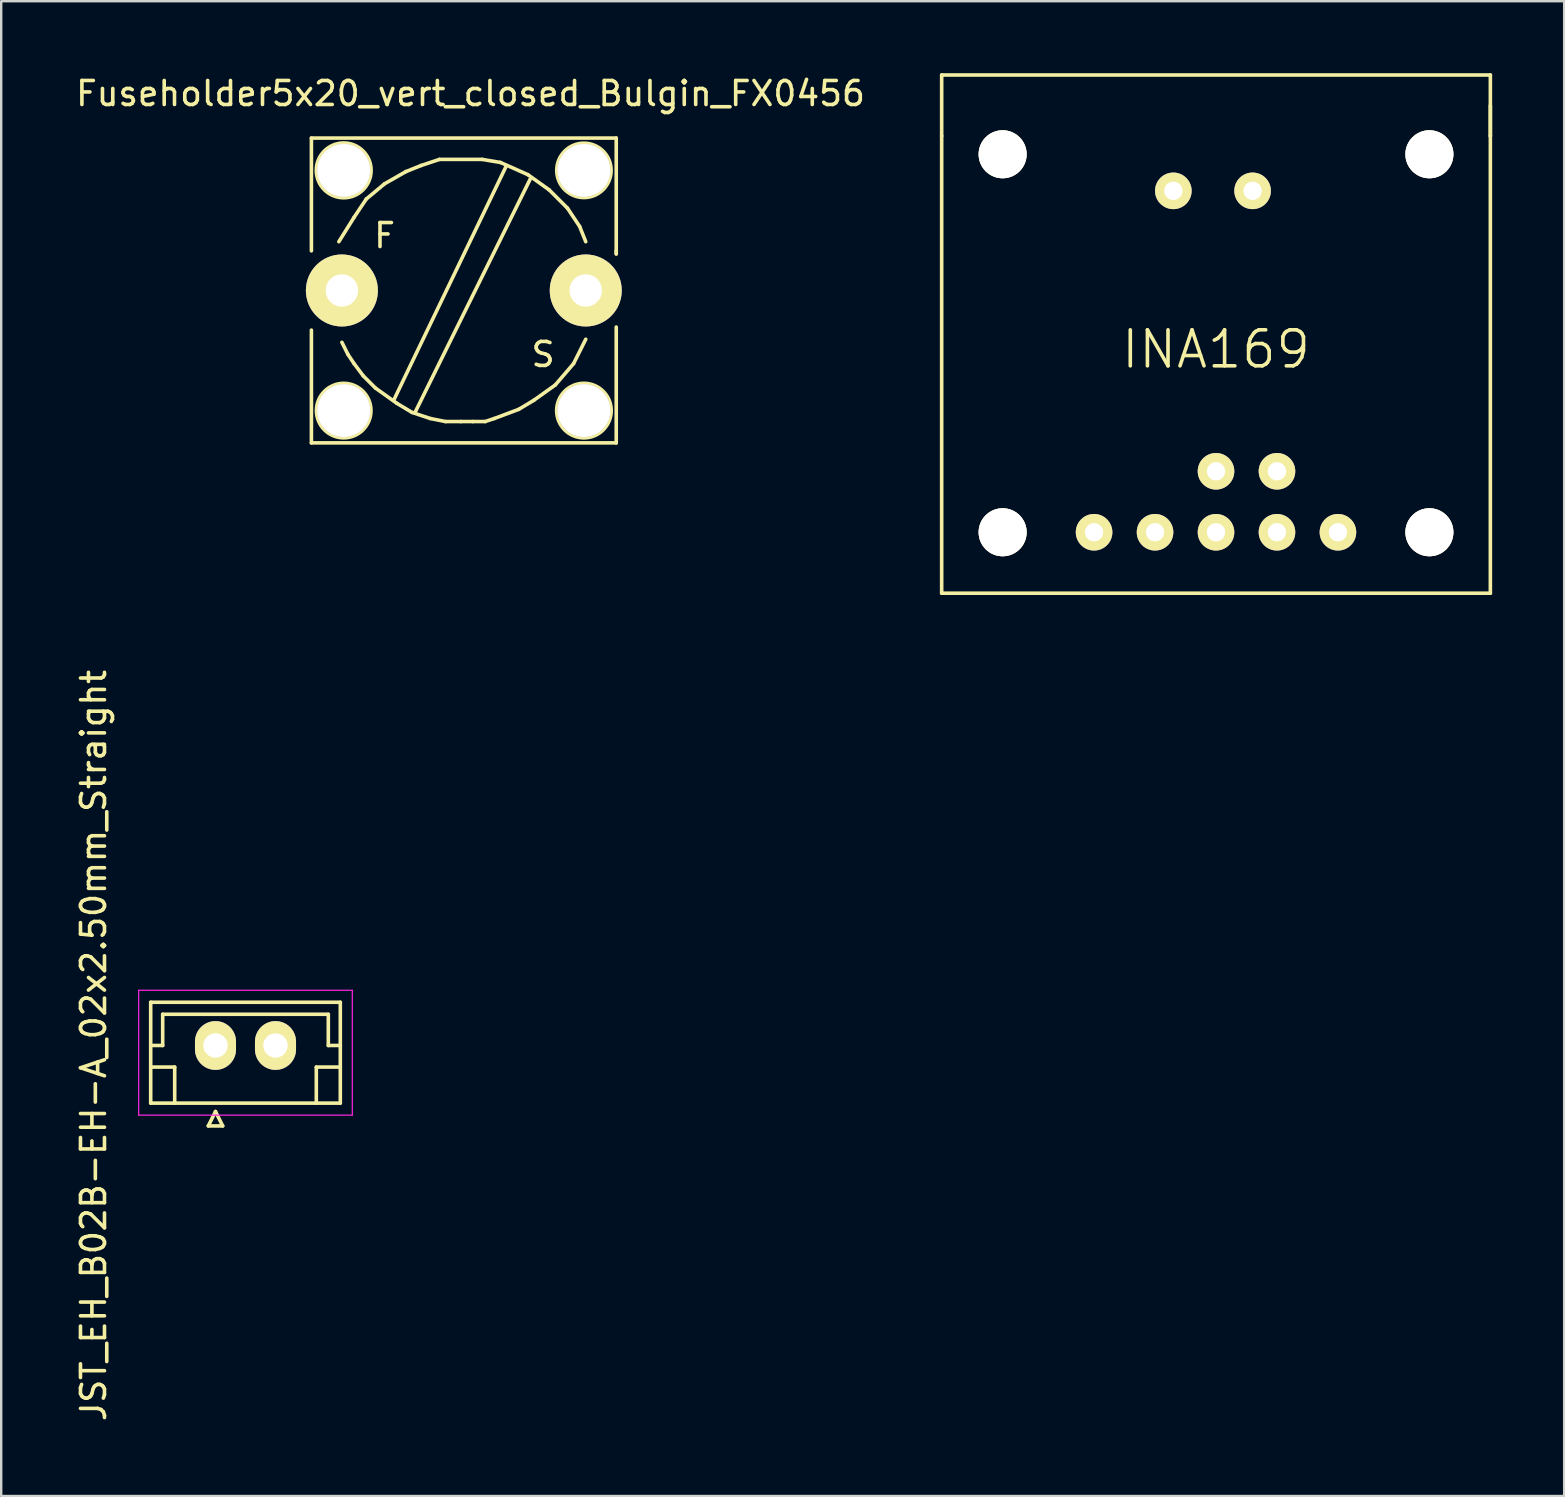
<source format=kicad_pcb>
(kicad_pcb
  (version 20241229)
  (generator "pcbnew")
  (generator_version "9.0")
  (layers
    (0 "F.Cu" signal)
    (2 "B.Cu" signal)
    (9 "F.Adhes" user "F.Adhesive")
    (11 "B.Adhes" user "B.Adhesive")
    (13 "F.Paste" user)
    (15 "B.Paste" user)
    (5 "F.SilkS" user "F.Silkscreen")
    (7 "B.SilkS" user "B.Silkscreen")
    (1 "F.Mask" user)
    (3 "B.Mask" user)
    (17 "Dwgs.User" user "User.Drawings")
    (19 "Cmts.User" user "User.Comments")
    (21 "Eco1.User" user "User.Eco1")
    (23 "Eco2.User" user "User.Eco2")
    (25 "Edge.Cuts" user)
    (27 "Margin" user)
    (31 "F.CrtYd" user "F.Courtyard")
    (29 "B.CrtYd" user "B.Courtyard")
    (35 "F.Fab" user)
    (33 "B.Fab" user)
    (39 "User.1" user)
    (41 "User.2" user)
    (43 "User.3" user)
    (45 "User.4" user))
  (footprint "Fuseholder5x20_vert_closed_Bulgin_FX0456"
    (layer "F.Cu")
    (at 16.274 9.052)
    (property "Reference" "Fuseholder5x20_vert_closed_Bulgin_FX0456" (at 0.279 -8.204 0) (layer "F.SilkS") (effects (font (size 1 1) (thickness 0.15))))
    (attr through_hole)
    (fp_line (start -6.35 -6.35) (end -6.35 -1.651) (stroke (width 0.15) (type solid)) (layer "F.SilkS"))
    (fp_line (start -6.35 6.35) (end -6.35 1.651) (stroke (width 0.15) (type solid)) (layer "F.SilkS"))
    (fp_line (start -6.35 6.35) (end 6.35 6.35) (stroke (width 0.15) (type solid)) (layer "F.SilkS"))
    (fp_line (start -5.08 2.159) (end -4.826 2.667) (stroke (width 0.15) (type solid)) (layer "F.SilkS"))
    (fp_line (start -4.826 2.667) (end -4.572 3.048) (stroke (width 0.15) (type solid)) (layer "F.SilkS"))
    (fp_line (start -4.572 -3.048) (end -5.207 -2.032) (stroke (width 0.15) (type solid)) (layer "F.SilkS"))
    (fp_line (start -4.572 3.048) (end -4.191 3.556) (stroke (width 0.15) (type solid)) (layer "F.SilkS"))
    (fp_line (start -4.191 3.556) (end -3.683 4.064) (stroke (width 0.15) (type solid)) (layer "F.SilkS"))
    (fp_line (start -4.064 -3.81) (end -4.572 -3.048) (stroke (width 0.15) (type solid)) (layer "F.SilkS"))
    (fp_line (start -3.683 4.064) (end -2.794 4.699) (stroke (width 0.15) (type solid)) (layer "F.SilkS"))
    (fp_line (start -3.302 -4.445) (end -4.064 -3.81) (stroke (width 0.15) (type solid)) (layer "F.SilkS"))
    (fp_line (start -2.794 4.699) (end -2.159 5.08) (stroke (width 0.15) (type solid)) (layer "F.SilkS"))
    (fp_line (start -2.413 -4.953) (end -3.302 -4.445) (stroke (width 0.15) (type solid)) (layer "F.SilkS"))
    (fp_line (start -2.159 5.08) (end -1.397 5.334) (stroke (width 0.15) (type solid)) (layer "F.SilkS"))
    (fp_line (start -1.778 -5.207) (end -2.413 -4.953) (stroke (width 0.15) (type solid)) (layer "F.SilkS"))
    (fp_line (start -1.397 5.334) (end -0.762 5.461) (stroke (width 0.15) (type solid)) (layer "F.SilkS"))
    (fp_line (start -1.016 -5.461) (end -1.778 -5.207) (stroke (width 0.15) (type solid)) (layer "F.SilkS"))
    (fp_line (start -0.762 5.461) (end -0.127 5.461) (stroke (width 0.15) (type solid)) (layer "F.SilkS"))
    (fp_line (start -0.127 5.461) (end 0.381 5.461) (stroke (width 0.15) (type solid)) (layer "F.SilkS"))
    (fp_line (start 0.381 5.461) (end 0.889 5.461) (stroke (width 0.15) (type solid)) (layer "F.SilkS"))
    (fp_line (start 0.762 -5.461) (end -1.016 -5.461) (stroke (width 0.15) (type solid)) (layer "F.SilkS"))
    (fp_line (start 0.889 5.461) (end 1.27 5.334) (stroke (width 0.15) (type solid)) (layer "F.SilkS"))
    (fp_line (start 1.27 5.334) (end 2.286 4.953) (stroke (width 0.15) (type solid)) (layer "F.SilkS"))
    (fp_line (start 1.524 -5.334) (end 0.762 -5.461) (stroke (width 0.15) (type solid)) (layer "F.SilkS"))
    (fp_line (start 1.778 -5.207) (end -2.921 4.572) (stroke (width 0.15) (type solid)) (layer "F.SilkS"))
    (fp_line (start 2.286 4.953) (end 2.921 4.572) (stroke (width 0.15) (type solid)) (layer "F.SilkS"))
    (fp_line (start 2.667 -4.826) (end 1.524 -5.334) (stroke (width 0.15) (type solid)) (layer "F.SilkS"))
    (fp_line (start 2.794 -4.699) (end -2.032 5.08) (stroke (width 0.15) (type solid)) (layer "F.SilkS"))
    (fp_line (start 2.921 4.572) (end 3.81 3.937) (stroke (width 0.15) (type solid)) (layer "F.SilkS"))
    (fp_line (start 3.556 -4.191) (end 2.667 -4.826) (stroke (width 0.15) (type solid)) (layer "F.SilkS"))
    (fp_line (start 3.81 3.937) (end 4.572 3.048) (stroke (width 0.15) (type solid)) (layer "F.SilkS"))
    (fp_line (start 4.318 -3.429) (end 3.556 -4.191) (stroke (width 0.15) (type solid)) (layer "F.SilkS"))
    (fp_line (start 4.572 3.048) (end 5.08 2.032) (stroke (width 0.15) (type solid)) (layer "F.SilkS"))
    (fp_line (start 4.826 -2.667) (end 4.318 -3.429) (stroke (width 0.15) (type solid)) (layer "F.SilkS"))
    (fp_line (start 5.08 -2.032) (end 4.826 -2.667) (stroke (width 0.15) (type solid)) (layer "F.SilkS"))
    (fp_line (start 6.35 -6.35) (end -6.35 -6.35) (stroke (width 0.15) (type solid)) (layer "F.SilkS"))
    (fp_line (start 6.35 -6.35) (end 6.35 -1.524) (stroke (width 0.15) (type solid)) (layer "F.SilkS"))
    (fp_line (start 6.35 -1.524) (end 6.35 -1.651) (stroke (width 0.15) (type solid)) (layer "F.SilkS"))
    (fp_line (start 6.35 6.35) (end 6.35 1.524) (stroke (width 0.15) (type solid)) (layer "F.SilkS"))
    (fp_circle (center -5.004 -5.004) (end -4.597 -3.937) (stroke (width 0.15) (type solid)) (fill no) (layer "F.SilkS"))
    (fp_circle (center -5.004 5.004) (end -4.496 6.02) (stroke (width 0.15) (type solid)) (fill no) (layer "F.SilkS"))
    (fp_circle (center 5.004 -5.004) (end 5.385 -3.937) (stroke (width 0.15) (type solid)) (fill no) (layer "F.SilkS"))
    (fp_circle (center 5.004 5.004) (end 5.563 5.994) (stroke (width 0.15) (type solid)) (fill no) (layer "F.SilkS"))
    (fp_text user "S" (at 3.302 2.667 0) (layer "F.SilkS") (effects (font (size 1 1) (thickness 0.15))))
    (fp_text user "F" (at -3.302 -2.286 0) (layer "F.SilkS") (effects (font (size 1 1) (thickness 0.15))))
    (pad "1" thru_hole circle (at -5.08 0) (size 3 3) (drill 1.349) (layers "*.Cu" "*.Mask" "F.SilkS"))
    (pad "2" thru_hole circle (at 5.08 0) (size 3 3) (drill 1.349) (layers "*.Cu" "*.Mask" "F.SilkS"))
    (pad "3" thru_hole circle (at -5.004 -5.004) (size 2.2 2.2) (drill 2.2) (layers "*.Cu" "F.SilkS" "Dwgs.User"))
    (pad "3" thru_hole circle (at -5.004 5.004) (size 2.2 2.2) (drill 2.2) (layers "*.Cu" "F.SilkS" "Dwgs.User"))
    (pad "3" thru_hole circle (at 5.004 -5.004) (size 2.2 2.2) (drill 2.2) (layers "*.Cu" "F.SilkS" "Dwgs.User"))
    (pad "3" thru_hole circle (at 5.004 5.004) (size 2.2 2.2) (drill 2.2) (layers "*.Cu" "F.SilkS" "Dwgs.User")))
  (footprint "INA169"
    (layer "F.Cu")
    (at 47.612 11.505)
    (property "Reference" "INA169" (at 0 0 180) (layer "F.SilkS") (effects (font (size 1.5 1.5) (thickness 0.15))))
    (attr through_hole)
    (fp_line (start -11.43 -11.43) (end 11.43 -11.43) (stroke (width 0.15) (type solid)) (layer "F.SilkS"))
    (fp_line (start -11.43 -8.89) (end -11.43 -11.43) (stroke (width 0.15) (type solid)) (layer "F.SilkS"))
    (fp_line (start -11.43 -8.89) (end -11.43 10.16) (stroke (width 0.15) (type solid)) (layer "F.SilkS"))
    (fp_line (start 11.43 -11.43) (end 11.43 -8.89) (stroke (width 0.15) (type solid)) (layer "F.SilkS"))
    (fp_line (start 11.43 -8.89) (end 11.43 -10.16) (stroke (width 0.15) (type solid)) (layer "F.SilkS"))
    (fp_line (start 11.43 10.16) (end -11.43 10.16) (stroke (width 0.15) (type solid)) (layer "F.SilkS"))
    (fp_line (start 11.43 10.16) (end 11.43 -8.89) (stroke (width 0.15) (type solid)) (layer "F.SilkS"))
    (pad "" thru_hole circle (at -8.89 -8.128) (size 2 2) (drill 2) (layers "*.Cu" "*.Mask" "F.SilkS"))
    (pad "" thru_hole circle (at -8.89 7.62) (size 2 2) (drill 2) (layers "*.Cu" "*.Mask" "F.SilkS"))
    (pad "" thru_hole circle (at 8.89 -8.128) (size 2 2) (drill 2) (layers "*.Cu" "*.Mask" "F.SilkS"))
    (pad "" thru_hole circle (at 8.89 7.62) (size 2 2) (drill 2) (layers "*.Cu" "*.Mask" "F.SilkS"))
    (pad "1" thru_hole circle (at -5.08 7.62) (size 1.524 1.524) (drill 0.762) (layers "*.Cu" "*.Mask" "F.SilkS"))
    (pad "2" thru_hole circle (at -2.54 7.62) (size 1.524 1.524) (drill 0.762) (layers "*.Cu" "*.Mask" "F.SilkS"))
    (pad "3" thru_hole circle (at 5.08 7.62) (size 1.524 1.524) (drill 0.762) (layers "*.Cu" "*.Mask" "F.SilkS"))
    (pad "4" thru_hole circle (at 1.524 -6.604) (size 1.524 1.524) (drill 0.762) (layers "*.Cu" "*.Mask" "F.SilkS"))
    (pad "4" thru_hole circle (at 2.54 5.08) (size 1.524 1.524) (drill 0.762) (layers "*.Cu" "*.Mask" "F.SilkS"))
    (pad "4" thru_hole circle (at 2.54 7.62) (size 1.524 1.524) (drill 0.762) (layers "*.Cu" "*.Mask" "F.SilkS"))
    (pad "5" thru_hole circle (at -1.778 -6.604) (size 1.524 1.524) (drill 0.762) (layers "*.Cu" "*.Mask" "F.SilkS"))
    (pad "5" thru_hole circle (at 0 5.08) (size 1.524 1.524) (drill 0.762) (layers "*.Cu" "*.Mask" "F.SilkS"))
    (pad "5" thru_hole circle (at 0 7.62) (size 1.524 1.524) (drill 0.762) (layers "*.Cu" "*.Mask" "F.SilkS")))
  (footprint "JST_EH_B02B-EH-A_02x2.50mm_Straight"
    (layer "F.Cu")
    (at 5.928 40.508)
    (property "Reference" "JST_EH_B02B-EH-A_02x2.50mm_Straight" (at -5.08 0 90) (layer "F.SilkS") (effects (font (size 1 1) (thickness 0.15))))
    (attr through_hole)
    (fp_line (start -2.7 -1.8) (end -2.7 2.4) (stroke (width 0.15) (type solid)) (layer "F.SilkS"))
    (fp_line (start -2.7 0) (end -2.2 0) (stroke (width 0.15) (type solid)) (layer "F.SilkS"))
    (fp_line (start -2.7 0.9) (end -1.7 0.9) (stroke (width 0.15) (type solid)) (layer "F.SilkS"))
    (fp_line (start -2.7 2.4) (end 5.2 2.4) (stroke (width 0.15) (type solid)) (layer "F.SilkS"))
    (fp_line (start -2.2 -1.3) (end 4.7 -1.3) (stroke (width 0.15) (type solid)) (layer "F.SilkS"))
    (fp_line (start -2.2 0) (end -2.2 -1.3) (stroke (width 0.15) (type solid)) (layer "F.SilkS"))
    (fp_line (start -1.7 0.9) (end -1.7 2.4) (stroke (width 0.15) (type solid)) (layer "F.SilkS"))
    (fp_line (start -0.3 3.35) (end 0.3 3.35) (stroke (width 0.15) (type solid)) (layer "F.SilkS"))
    (fp_line (start 0 2.75) (end -0.3 3.35) (stroke (width 0.15) (type solid)) (layer "F.SilkS"))
    (fp_line (start 0.3 3.35) (end 0 2.75) (stroke (width 0.15) (type solid)) (layer "F.SilkS"))
    (fp_line (start 4.2 0.9) (end 4.2 2.4) (stroke (width 0.15) (type solid)) (layer "F.SilkS"))
    (fp_line (start 4.7 -1.3) (end 4.7 0) (stroke (width 0.15) (type solid)) (layer "F.SilkS"))
    (fp_line (start 4.7 0) (end 5.2 0) (stroke (width 0.15) (type solid)) (layer "F.SilkS"))
    (fp_line (start 5.2 -1.8) (end -2.7 -1.8) (stroke (width 0.15) (type solid)) (layer "F.SilkS"))
    (fp_line (start 5.2 0.9) (end 4.2 0.9) (stroke (width 0.15) (type solid)) (layer "F.SilkS"))
    (fp_line (start 5.2 2.4) (end 5.2 -1.8) (stroke (width 0.15) (type solid)) (layer "F.SilkS"))
    (fp_line (start -3.2 -2.3) (end -3.2 2.9) (stroke (width 0.05) (type solid)) (layer "F.CrtYd"))
    (fp_line (start -3.2 2.9) (end 5.7 2.9) (stroke (width 0.05) (type solid)) (layer "F.CrtYd"))
    (fp_line (start 5.7 -2.3) (end -3.2 -2.3) (stroke (width 0.05) (type solid)) (layer "F.CrtYd"))
    (fp_line (start 5.7 2.9) (end 5.7 -2.3) (stroke (width 0.05) (type solid)) (layer "F.CrtYd"))
    (pad "1" thru_hole oval (at 0 0) (size 1.71 2.032) (drill 1.016) (layers "*.Cu" "*.Mask" "F.SilkS"))
    (pad "2" thru_hole oval (at 2.5 0) (size 1.71 2.032) (drill 1.016) (layers "*.Cu" "*.Mask" "F.SilkS")))
  (gr_rect
    (start -3 -3)
    (end 62.117 59.276)
    (stroke (width 0.1) (type default))
    (fill no)
    (layer "Edge.Cuts")))
</source>
